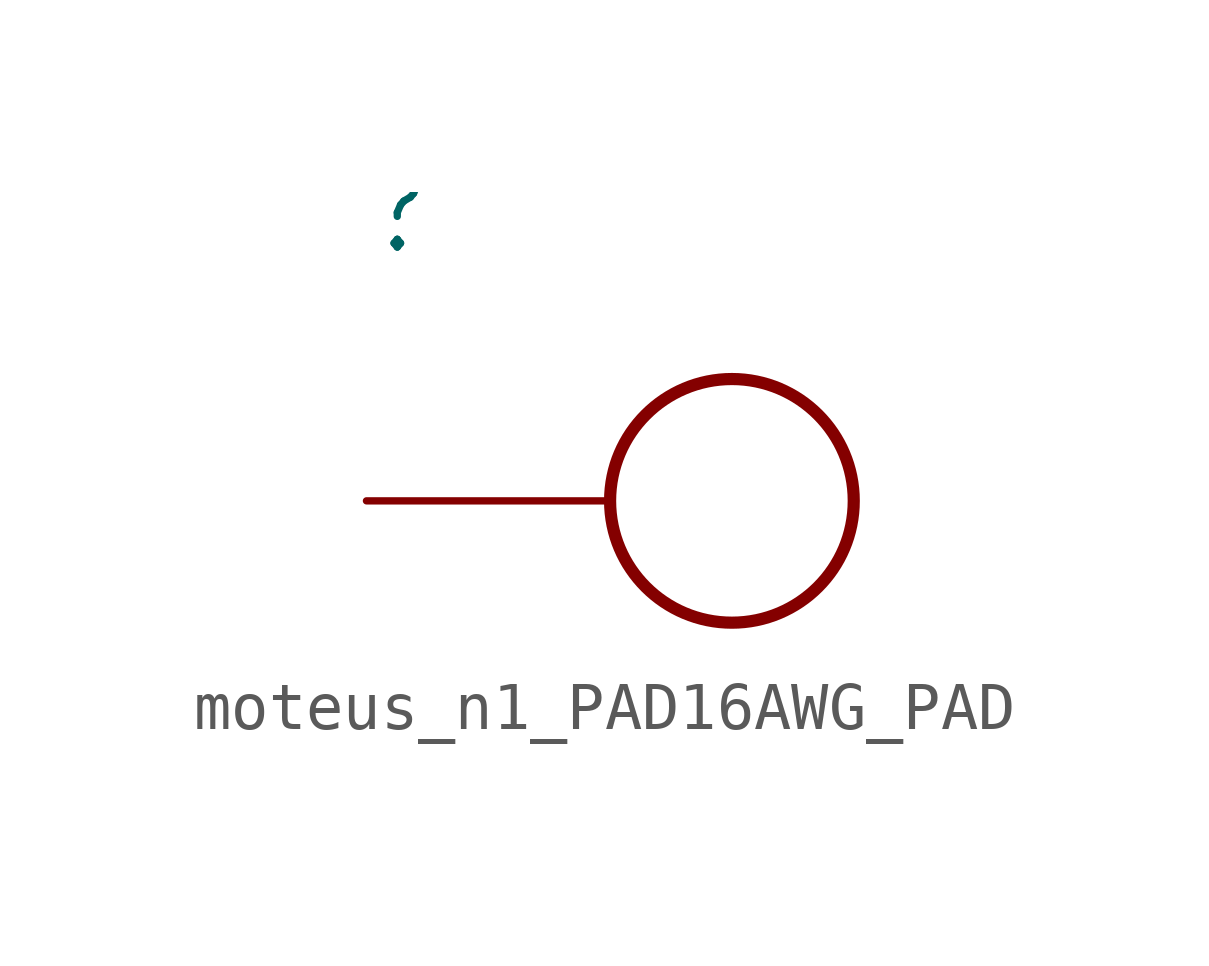
<source format=kicad_sym>
(kicad_symbol_lib
  (version 20241209)
  (generator "kicad_symbol_editor")
  (generator_version "9.0")
  (symbol "moteus_n1_PAD16AWG_PAD"
    (property "Reference" ""
      (at -7.62 5.08 0)
      (effects (font (size 1.676 1.425)) (justify left bottom)))
    (property "ki_locked" ""
      (at 0 0 0)
      (effects (font (size 1.27 1.27))))
    (symbol "moteus_n1_PAD16AWG_PAD_1_0"
      (circle (center 0 0) (radius 2.54) (stroke (width 0.254) (type solid)) (fill (type none)))
      (pin bidirectional line (at -7.62 0 0) (length 5.08) (name "P$1" (effects (font (size 0 0)))) (number "1" (effects (font (size 0 0))))))))
</source>
